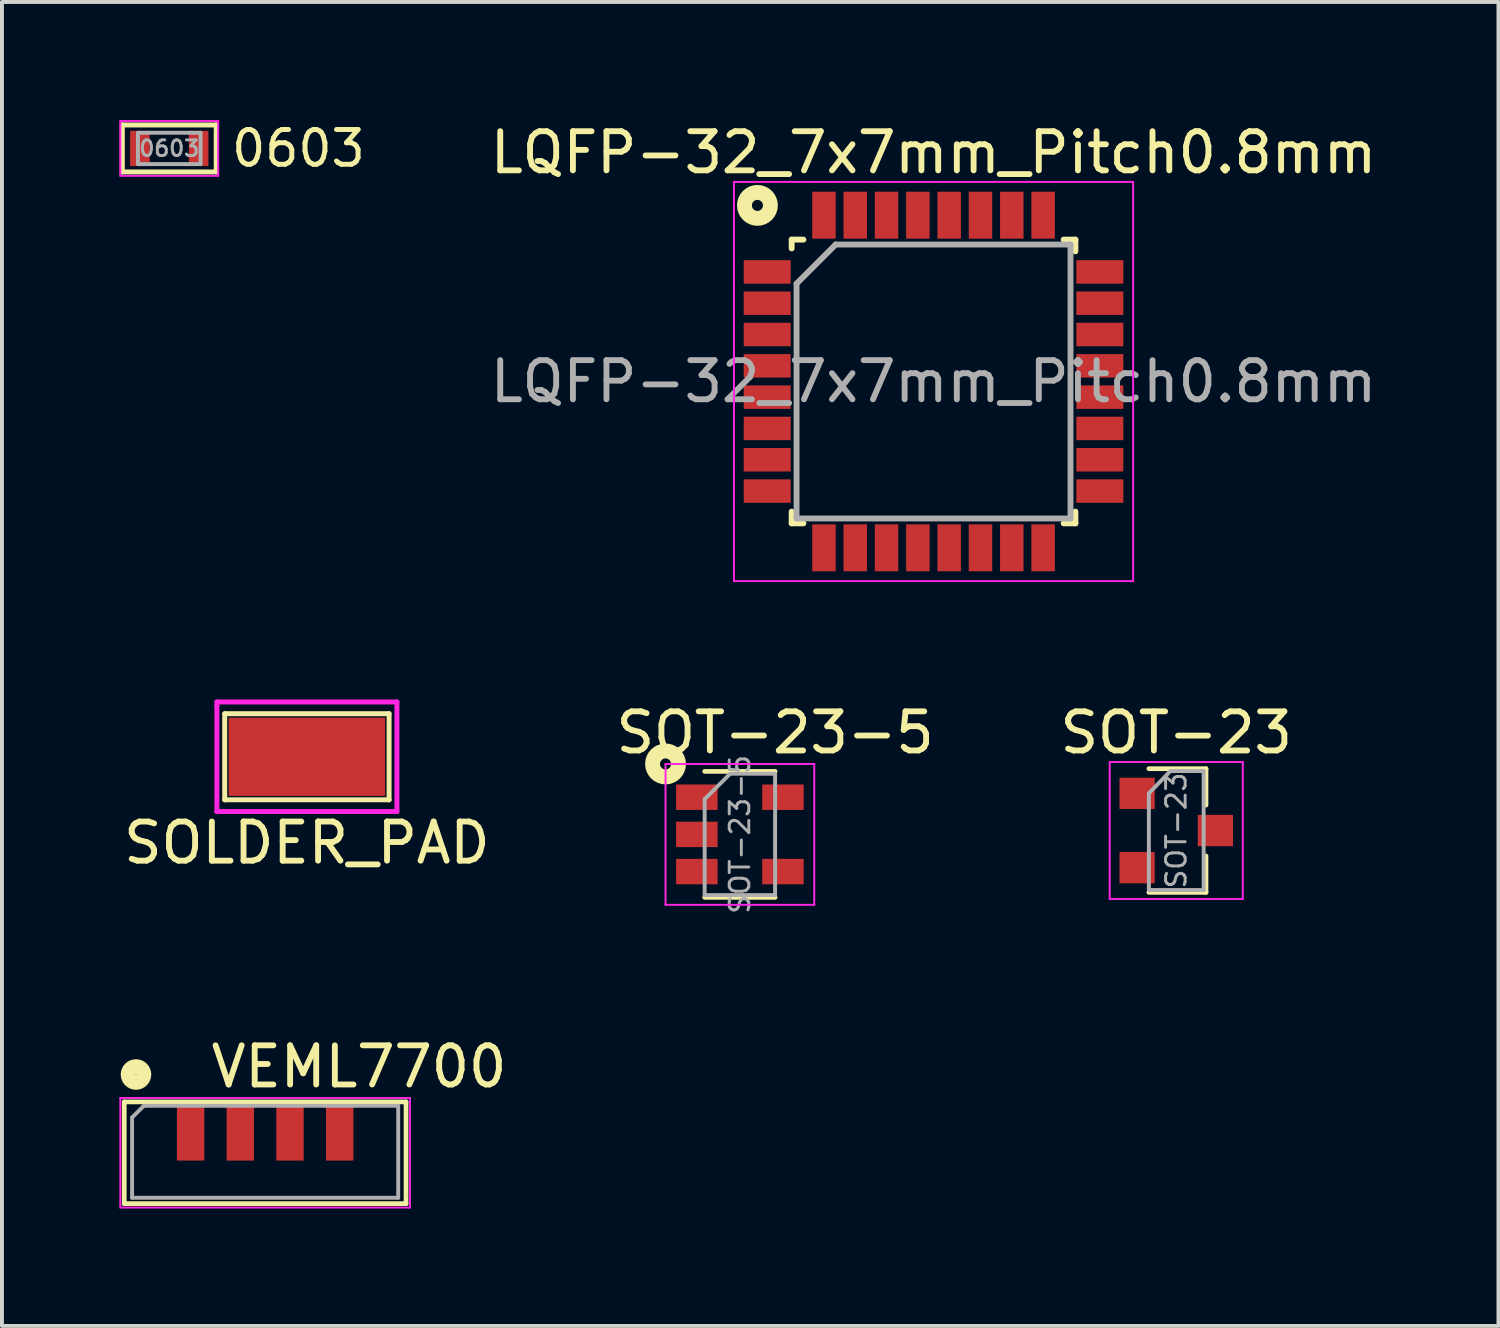
<source format=kicad_pcb>
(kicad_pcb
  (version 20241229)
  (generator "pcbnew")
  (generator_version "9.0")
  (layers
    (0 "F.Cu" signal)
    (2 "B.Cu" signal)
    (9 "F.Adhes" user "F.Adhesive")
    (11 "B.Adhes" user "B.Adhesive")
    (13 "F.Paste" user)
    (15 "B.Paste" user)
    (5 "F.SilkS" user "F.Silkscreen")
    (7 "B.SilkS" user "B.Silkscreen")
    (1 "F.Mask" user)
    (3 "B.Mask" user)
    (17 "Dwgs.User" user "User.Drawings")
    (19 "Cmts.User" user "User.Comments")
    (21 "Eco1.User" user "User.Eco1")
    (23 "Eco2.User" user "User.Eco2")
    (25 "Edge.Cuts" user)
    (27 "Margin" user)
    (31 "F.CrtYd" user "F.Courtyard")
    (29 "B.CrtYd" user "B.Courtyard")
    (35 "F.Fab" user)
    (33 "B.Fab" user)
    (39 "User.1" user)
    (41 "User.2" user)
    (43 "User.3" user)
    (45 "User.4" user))
  (footprint "LQFP-32_7x7mm_Pitch0.8mm"
    (layer "F.Cu")
    (at 20.804 6.698)
    (property "Reference" "LQFP-32_7x7mm_Pitch0.8mm" (at 0 -5.85 0) (layer "F.SilkS") (effects (font (size 1 1) (thickness 0.15))))
    (attr smd)
    (fp_line (start -3.625 -3.625) (end -3.625 -3.4) (stroke (width 0.15) (type solid)) (layer "F.SilkS"))
    (fp_line (start -3.625 -3.625) (end -3.325 -3.625) (stroke (width 0.15) (type solid)) (layer "F.SilkS"))
    (fp_line (start -3.625 3.625) (end -3.625 3.325) (stroke (width 0.15) (type solid)) (layer "F.SilkS"))
    (fp_line (start -3.625 3.625) (end -3.325 3.625) (stroke (width 0.15) (type solid)) (layer "F.SilkS"))
    (fp_line (start 3.625 -3.625) (end 3.325 -3.625) (stroke (width 0.15) (type solid)) (layer "F.SilkS"))
    (fp_line (start 3.625 -3.625) (end 3.625 -3.325) (stroke (width 0.15) (type solid)) (layer "F.SilkS"))
    (fp_line (start 3.625 3.625) (end 3.325 3.625) (stroke (width 0.15) (type solid)) (layer "F.SilkS"))
    (fp_line (start 3.625 3.625) (end 3.625 3.325) (stroke (width 0.15) (type solid)) (layer "F.SilkS"))
    (fp_circle (center -4.5 -4.5) (end -4.4 -4.4) (stroke (width 0.381) (type solid)) (fill no) (layer "F.SilkS"))
    (fp_line (start -5.1 -5.1) (end -5.1 5.1) (stroke (width 0.05) (type solid)) (layer "F.CrtYd"))
    (fp_line (start -5.1 -5.1) (end 5.1 -5.1) (stroke (width 0.05) (type solid)) (layer "F.CrtYd"))
    (fp_line (start -5.1 5.1) (end 5.1 5.1) (stroke (width 0.05) (type solid)) (layer "F.CrtYd"))
    (fp_line (start 5.1 -5.1) (end 5.1 5.1) (stroke (width 0.05) (type solid)) (layer "F.CrtYd"))
    (fp_line (start -3.5 -2.5) (end -2.5 -3.5) (stroke (width 0.15) (type solid)) (layer "F.Fab"))
    (fp_line (start -3.5 3.5) (end -3.5 -2.5) (stroke (width 0.15) (type solid)) (layer "F.Fab"))
    (fp_line (start -2.5 -3.5) (end 3.5 -3.5) (stroke (width 0.15) (type solid)) (layer "F.Fab"))
    (fp_line (start 3.5 -3.5) (end 3.5 3.5) (stroke (width 0.15) (type solid)) (layer "F.Fab"))
    (fp_line (start 3.5 3.5) (end -3.5 3.5) (stroke (width 0.15) (type solid)) (layer "F.Fab"))
    (fp_text user "${REFERENCE}" (at 0 0 0) (layer "F.Fab") (effects (font (size 1 1) (thickness 0.15))))
    (pad "1" smd rect (at -4.25 -2.8) (size 1.2 0.6) (layers "F.Cu" "F.Mask" "F.Paste"))
    (pad "2" smd rect (at -4.25 -2) (size 1.2 0.6) (layers "F.Cu" "F.Mask" "F.Paste"))
    (pad "3" smd rect (at -4.25 -1.2) (size 1.2 0.6) (layers "F.Cu" "F.Mask" "F.Paste"))
    (pad "4" smd rect (at -4.25 -0.4) (size 1.2 0.6) (layers "F.Cu" "F.Mask" "F.Paste"))
    (pad "5" smd rect (at -4.25 0.4) (size 1.2 0.6) (layers "F.Cu" "F.Mask" "F.Paste"))
    (pad "6" smd rect (at -4.25 1.2) (size 1.2 0.6) (layers "F.Cu" "F.Mask" "F.Paste"))
    (pad "7" smd rect (at -4.25 2) (size 1.2 0.6) (layers "F.Cu" "F.Mask" "F.Paste"))
    (pad "8" smd rect (at -4.25 2.8) (size 1.2 0.6) (layers "F.Cu" "F.Mask" "F.Paste"))
    (pad "9" smd rect (at -2.8 4.25 90) (size 1.2 0.6) (layers "F.Cu" "F.Mask" "F.Paste"))
    (pad "10" smd rect (at -2 4.25 90) (size 1.2 0.6) (layers "F.Cu" "F.Mask" "F.Paste"))
    (pad "11" smd rect (at -1.2 4.25 90) (size 1.2 0.6) (layers "F.Cu" "F.Mask" "F.Paste"))
    (pad "12" smd rect (at -0.4 4.25 90) (size 1.2 0.6) (layers "F.Cu" "F.Mask" "F.Paste"))
    (pad "13" smd rect (at 0.4 4.25 90) (size 1.2 0.6) (layers "F.Cu" "F.Mask" "F.Paste"))
    (pad "14" smd rect (at 1.2 4.25 90) (size 1.2 0.6) (layers "F.Cu" "F.Mask" "F.Paste"))
    (pad "15" smd rect (at 2 4.25 90) (size 1.2 0.6) (layers "F.Cu" "F.Mask" "F.Paste"))
    (pad "16" smd rect (at 2.8 4.25 90) (size 1.2 0.6) (layers "F.Cu" "F.Mask" "F.Paste"))
    (pad "17" smd rect (at 4.25 2.8) (size 1.2 0.6) (layers "F.Cu" "F.Mask" "F.Paste"))
    (pad "18" smd rect (at 4.25 2) (size 1.2 0.6) (layers "F.Cu" "F.Mask" "F.Paste"))
    (pad "19" smd rect (at 4.25 1.2) (size 1.2 0.6) (layers "F.Cu" "F.Mask" "F.Paste"))
    (pad "20" smd rect (at 4.25 0.4) (size 1.2 0.6) (layers "F.Cu" "F.Mask" "F.Paste"))
    (pad "21" smd rect (at 4.25 -0.4) (size 1.2 0.6) (layers "F.Cu" "F.Mask" "F.Paste"))
    (pad "22" smd rect (at 4.25 -1.2) (size 1.2 0.6) (layers "F.Cu" "F.Mask" "F.Paste"))
    (pad "23" smd rect (at 4.25 -2) (size 1.2 0.6) (layers "F.Cu" "F.Mask" "F.Paste"))
    (pad "24" smd rect (at 4.25 -2.8) (size 1.2 0.6) (layers "F.Cu" "F.Mask" "F.Paste"))
    (pad "25" smd rect (at 2.8 -4.25 90) (size 1.2 0.6) (layers "F.Cu" "F.Mask" "F.Paste"))
    (pad "26" smd rect (at 2 -4.25 90) (size 1.2 0.6) (layers "F.Cu" "F.Mask" "F.Paste"))
    (pad "27" smd rect (at 1.2 -4.25 90) (size 1.2 0.6) (layers "F.Cu" "F.Mask" "F.Paste"))
    (pad "28" smd rect (at 0.4 -4.25 90) (size 1.2 0.6) (layers "F.Cu" "F.Mask" "F.Paste"))
    (pad "29" smd rect (at -0.4 -4.25 90) (size 1.2 0.6) (layers "F.Cu" "F.Mask" "F.Paste"))
    (pad "30" smd rect (at -1.2 -4.25 90) (size 1.2 0.6) (layers "F.Cu" "F.Mask" "F.Paste"))
    (pad "31" smd rect (at -2 -4.25 90) (size 1.2 0.6) (layers "F.Cu" "F.Mask" "F.Paste"))
    (pad "32" smd rect (at -2.8 -4.25 90) (size 1.2 0.6) (layers "F.Cu" "F.Mask" "F.Paste")))
  (footprint "SOT-23-5"
    (layer "F.Cu")
    (at 15.856 18.271)
    (property "Reference" "SOT-23-5" (at 0.9 -2.6 0) (layer "F.SilkS") (effects (font (size 1 1) (thickness 0.15))))
    (attr smd)
    (fp_line (start -0.9 1.61) (end 0.9 1.61) (stroke (width 0.12) (type solid)) (layer "F.SilkS"))
    (fp_line (start 0.9 -1.61) (end -0.9 -1.61) (stroke (width 0.12) (type solid)) (layer "F.SilkS"))
    (fp_circle (center -1.9 -1.8) (end -1.8 -1.7) (stroke (width 0.381) (type solid)) (fill no) (layer "F.SilkS"))
    (fp_line (start -1.9 -1.8) (end 1.9 -1.8) (stroke (width 0.05) (type solid)) (layer "F.CrtYd"))
    (fp_line (start -1.9 1.8) (end -1.9 -1.8) (stroke (width 0.05) (type solid)) (layer "F.CrtYd"))
    (fp_line (start 1.9 -1.8) (end 1.9 1.8) (stroke (width 0.05) (type solid)) (layer "F.CrtYd"))
    (fp_line (start 1.9 1.8) (end -1.9 1.8) (stroke (width 0.05) (type solid)) (layer "F.CrtYd"))
    (fp_line (start -0.9 -0.9) (end -0.9 1.55) (stroke (width 0.1) (type solid)) (layer "F.Fab"))
    (fp_line (start -0.9 -0.9) (end -0.25 -1.55) (stroke (width 0.1) (type solid)) (layer "F.Fab"))
    (fp_line (start 0.9 -1.55) (end -0.25 -1.55) (stroke (width 0.1) (type solid)) (layer "F.Fab"))
    (fp_line (start 0.9 -1.55) (end 0.9 1.55) (stroke (width 0.1) (type solid)) (layer "F.Fab"))
    (fp_line (start 0.9 1.55) (end -0.9 1.55) (stroke (width 0.1) (type solid)) (layer "F.Fab"))
    (fp_text user "${REFERENCE}" (at 0 0 90) (layer "F.Fab") (effects (font (size 0.5 0.5) (thickness 0.075))))
    (pad "1" smd rect (at -1.1 -0.95) (size 1.06 0.65) (layers "F.Cu" "F.Mask" "F.Paste"))
    (pad "2" smd rect (at -1.1 0) (size 1.06 0.65) (layers "F.Cu" "F.Mask" "F.Paste"))
    (pad "3" smd rect (at -1.1 0.95) (size 1.06 0.65) (layers "F.Cu" "F.Mask" "F.Paste"))
    (pad "4" smd rect (at 1.1 0.95) (size 1.06 0.65) (layers "F.Cu" "F.Mask" "F.Paste"))
    (pad "5" smd rect (at 1.1 -0.95) (size 1.06 0.65) (layers "F.Cu" "F.Mask" "F.Paste")))
  (footprint "SOLDER_PAD"
    (layer "F.Cu")
    (at 4.792 16.287)
    (property "Reference" "SOLDER_PAD" (at 0 2.2 0) (layer "F.SilkS") (effects (font (size 1 1) (thickness 0.15))))
    (attr through_hole)
    (fp_line (start -2.1 -1.1) (end -2.1 1.1) (stroke (width 0.127) (type solid)) (layer "F.SilkS"))
    (fp_line (start -2.1 -1.1) (end 2.1 -1.1) (stroke (width 0.127) (type solid)) (layer "F.SilkS"))
    (fp_line (start -2.1 1.1) (end 2.1 1.1) (stroke (width 0.127) (type solid)) (layer "F.SilkS"))
    (fp_line (start 2.1 -1.1) (end 2.1 1.1) (stroke (width 0.127) (type solid)) (layer "F.SilkS"))
    (fp_line (start -2.3 -1.4) (end -2.3 -1.3) (stroke (width 0.127) (type solid)) (layer "F.CrtYd"))
    (fp_line (start -2.3 -1.3) (end -2.3 1.4) (stroke (width 0.127) (type solid)) (layer "F.CrtYd"))
    (fp_line (start -2.3 1.4) (end 2.3 1.4) (stroke (width 0.127) (type solid)) (layer "F.CrtYd"))
    (fp_line (start 2.3 -1.4) (end -2.3 -1.4) (stroke (width 0.127) (type solid)) (layer "F.CrtYd"))
    (fp_line (start 2.3 1.4) (end 2.3 -1.4) (stroke (width 0.127) (type solid)) (layer "F.CrtYd"))
    (pad "1" smd rect (at 0 0) (size 4 2) (layers "F.Cu" "F.Mask" "F.Paste")))
  (footprint "VEML7700"
    (layer "F.Cu")
    (at 3.725 25.906)
    (property "Reference" "VEML7700" (at 2.4 -1.7 0) (layer "F.SilkS") (effects (font (size 1 1) (thickness 0.15))))
    (attr through_hole)
    (fp_line (start -3.6 -0.8) (end -3.6 1.8) (stroke (width 0.12) (type solid)) (layer "F.SilkS"))
    (fp_line (start -3.6 -0.8) (end 3.6 -0.8) (stroke (width 0.12) (type solid)) (layer "F.SilkS"))
    (fp_line (start -3.6 1.8) (end 3.6 1.8) (stroke (width 0.12) (type solid)) (layer "F.SilkS"))
    (fp_line (start 3.6 1.8) (end 3.6 -0.8) (stroke (width 0.12) (type solid)) (layer "F.SilkS"))
    (fp_circle (center -3.3 -1.5) (end -3.1 -1.5) (stroke (width 0.381) (type solid)) (fill no) (layer "F.SilkS"))
    (fp_line (start -3.7 -0.9) (end -3.7 1.9) (stroke (width 0.05) (type solid)) (layer "F.CrtYd"))
    (fp_line (start -3.7 -0.9) (end 3.7 -0.9) (stroke (width 0.05) (type solid)) (layer "F.CrtYd"))
    (fp_line (start 3.7 1.9) (end -3.7 1.9) (stroke (width 0.05) (type solid)) (layer "F.CrtYd"))
    (fp_line (start 3.7 1.9) (end 3.7 -0.9) (stroke (width 0.05) (type solid)) (layer "F.CrtYd"))
    (fp_line (start -3.4 -0.4) (end -3.4 1.65) (stroke (width 0.1) (type solid)) (layer "F.Fab"))
    (fp_line (start -3.4 -0.4) (end -3.1 -0.7) (stroke (width 0.1) (type solid)) (layer "F.Fab"))
    (fp_line (start -3.4 1.65) (end 3.4 1.65) (stroke (width 0.1) (type solid)) (layer "F.Fab"))
    (fp_line (start -3.1 -0.7) (end 3.4 -0.7) (stroke (width 0.1) (type solid)) (layer "F.Fab"))
    (fp_line (start 3.4 -0.7) (end 3.4 1.65) (stroke (width 0.1) (type solid)) (layer "F.Fab"))
    (pad "1" smd rect (at -1.905 0) (size 0.7 1.4) (layers "F.Cu" "F.Mask" "F.Paste"))
    (pad "2" smd rect (at -0.635 0) (size 0.7 1.4) (layers "F.Cu" "F.Mask" "F.Paste"))
    (pad "3" smd rect (at 0.635 0) (size 0.7 1.4) (layers "F.Cu" "F.Mask" "F.Paste"))
    (pad "4" smd rect (at 1.905 0) (size 0.7 1.4) (layers "F.Cu" "F.Mask" "F.Paste")))
  (footprint "0603"
    (layer "F.Cu")
    (at 1.275 0.743)
    (property "Reference" "0603" (at 3.3 0 0) (layer "F.SilkS") (effects (font (size 0.889 0.889) (thickness 0.127))))
    (attr smd)
    (fp_line (start -1.2 -0.6) (end 1.2 -0.6) (stroke (width 0.127) (type solid)) (layer "F.SilkS"))
    (fp_line (start -1.2 0.6) (end -1.2 -0.6) (stroke (width 0.127) (type solid)) (layer "F.SilkS"))
    (fp_line (start 1.2 -0.6) (end 1.2 0.6) (stroke (width 0.127) (type solid)) (layer "F.SilkS"))
    (fp_line (start 1.2 0.6) (end -1.2 0.6) (stroke (width 0.127) (type solid)) (layer "F.SilkS"))
    (fp_line (start -1.25 -0.7) (end -1.25 0.7) (stroke (width 0.05) (type solid)) (layer "F.CrtYd"))
    (fp_line (start -1.25 -0.7) (end 1.25 -0.7) (stroke (width 0.05) (type solid)) (layer "F.CrtYd"))
    (fp_line (start 1.25 0.7) (end -1.25 0.7) (stroke (width 0.05) (type solid)) (layer "F.CrtYd"))
    (fp_line (start 1.25 0.7) (end 1.25 -0.7) (stroke (width 0.05) (type solid)) (layer "F.CrtYd"))
    (fp_line (start -0.8 -0.4) (end 0.8 -0.4) (stroke (width 0.1) (type solid)) (layer "F.Fab"))
    (fp_line (start -0.8 0.4) (end -0.8 -0.4) (stroke (width 0.1) (type solid)) (layer "F.Fab"))
    (fp_line (start 0.8 -0.4) (end 0.8 0.4) (stroke (width 0.1) (type solid)) (layer "F.Fab"))
    (fp_line (start 0.8 0.4) (end -0.8 0.4) (stroke (width 0.1) (type solid)) (layer "F.Fab"))
    (fp_text user "${REFERENCE}" (at 0 0 0) (layer "F.Fab") (effects (font (size 0.4 0.4) (thickness 0.075))))
    (pad "1" smd rect (at -0.75 0) (size 0.5 0.9) (layers "F.Cu" "F.Mask" "F.Paste"))
    (pad "2" smd rect (at 0.75 0) (size 0.5 0.9) (layers "F.Cu" "F.Mask" "F.Paste")))
  (footprint "SOT-23"
    (layer "F.Cu")
    (at 27.006 18.172)
    (property "Reference" "SOT-23" (at 0 -2.5 0) (layer "F.SilkS") (effects (font (size 1 1) (thickness 0.15))))
    (attr smd)
    (fp_line (start 0.76 -1.58) (end -0.7 -1.58) (stroke (width 0.12) (type solid)) (layer "F.SilkS"))
    (fp_line (start 0.76 -1.58) (end 0.76 -0.65) (stroke (width 0.12) (type solid)) (layer "F.SilkS"))
    (fp_line (start 0.76 1.58) (end -0.7 1.58) (stroke (width 0.12) (type solid)) (layer "F.SilkS"))
    (fp_line (start 0.76 1.58) (end 0.76 0.65) (stroke (width 0.12) (type solid)) (layer "F.SilkS"))
    (fp_line (start -1.7 -1.75) (end 1.7 -1.75) (stroke (width 0.05) (type solid)) (layer "F.CrtYd"))
    (fp_line (start -1.7 1.75) (end -1.7 -1.75) (stroke (width 0.05) (type solid)) (layer "F.CrtYd"))
    (fp_line (start 1.7 -1.75) (end 1.7 1.75) (stroke (width 0.05) (type solid)) (layer "F.CrtYd"))
    (fp_line (start 1.7 1.75) (end -1.7 1.75) (stroke (width 0.05) (type solid)) (layer "F.CrtYd"))
    (fp_line (start -0.7 -0.95) (end -0.7 1.5) (stroke (width 0.1) (type solid)) (layer "F.Fab"))
    (fp_line (start -0.7 -0.95) (end -0.15 -1.52) (stroke (width 0.1) (type solid)) (layer "F.Fab"))
    (fp_line (start -0.7 1.52) (end 0.7 1.52) (stroke (width 0.1) (type solid)) (layer "F.Fab"))
    (fp_line (start -0.15 -1.52) (end 0.7 -1.52) (stroke (width 0.1) (type solid)) (layer "F.Fab"))
    (fp_line (start 0.7 -1.52) (end 0.7 1.52) (stroke (width 0.1) (type solid)) (layer "F.Fab"))
    (fp_text user "${REFERENCE}" (at 0 0 90) (layer "F.Fab") (effects (font (size 0.5 0.5) (thickness 0.075))))
    (pad "1" smd rect (at -1 -0.95) (size 0.9 0.8) (layers "F.Cu" "F.Mask" "F.Paste"))
    (pad "2" smd rect (at -1 0.95) (size 0.9 0.8) (layers "F.Cu" "F.Mask" "F.Paste"))
    (pad "3" smd rect (at 1 0) (size 0.9 0.8) (layers "F.Cu" "F.Mask" "F.Paste")))
  (gr_rect
    (start -3 -3)
    (end 35.239 30.831)
    (stroke (width 0.1) (type default))
    (fill no)
    (layer "Edge.Cuts")))
</source>
